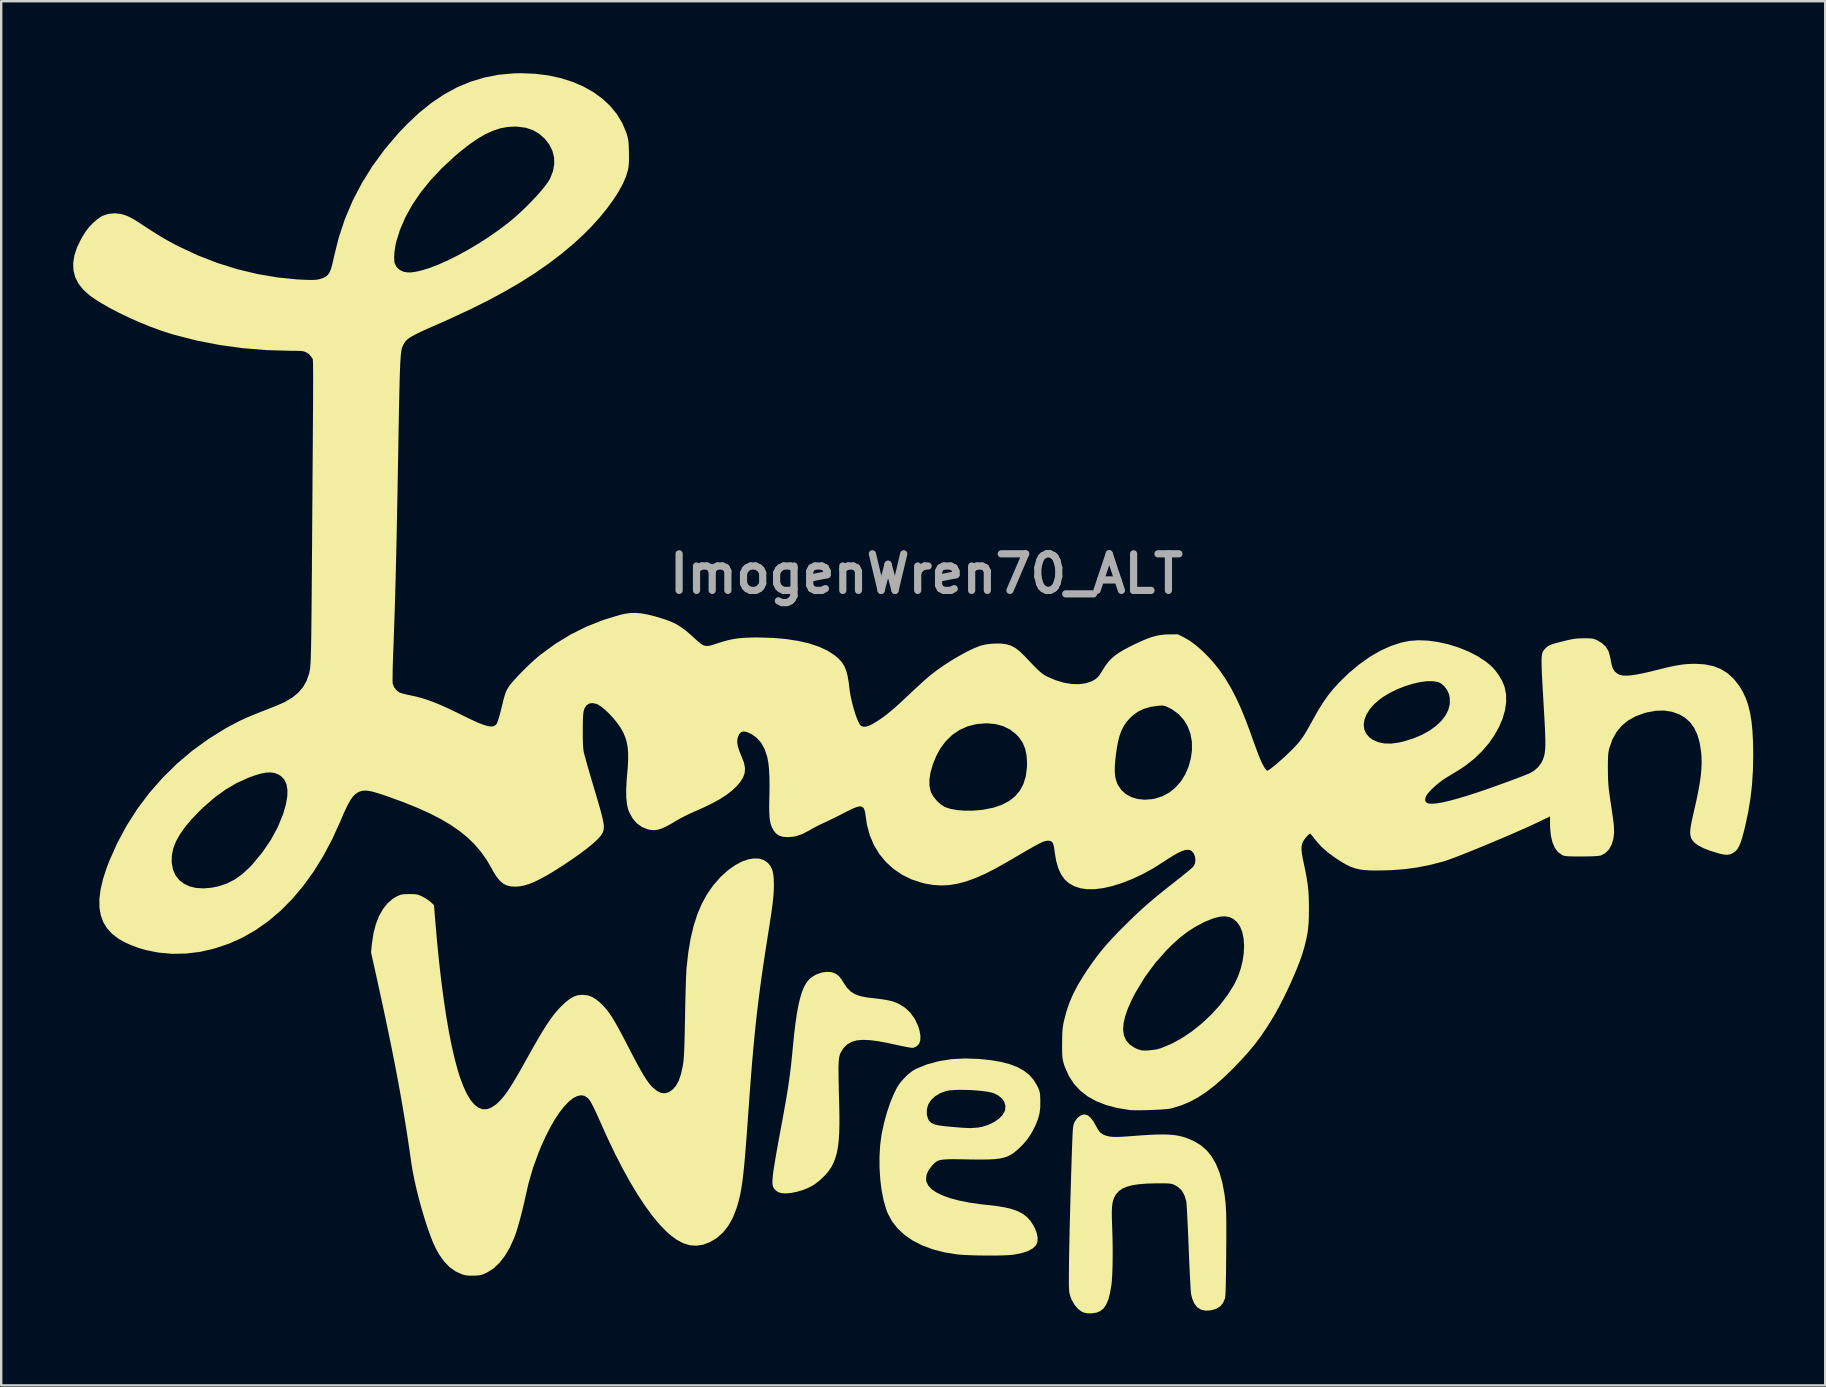
<source format=kicad_pcb>
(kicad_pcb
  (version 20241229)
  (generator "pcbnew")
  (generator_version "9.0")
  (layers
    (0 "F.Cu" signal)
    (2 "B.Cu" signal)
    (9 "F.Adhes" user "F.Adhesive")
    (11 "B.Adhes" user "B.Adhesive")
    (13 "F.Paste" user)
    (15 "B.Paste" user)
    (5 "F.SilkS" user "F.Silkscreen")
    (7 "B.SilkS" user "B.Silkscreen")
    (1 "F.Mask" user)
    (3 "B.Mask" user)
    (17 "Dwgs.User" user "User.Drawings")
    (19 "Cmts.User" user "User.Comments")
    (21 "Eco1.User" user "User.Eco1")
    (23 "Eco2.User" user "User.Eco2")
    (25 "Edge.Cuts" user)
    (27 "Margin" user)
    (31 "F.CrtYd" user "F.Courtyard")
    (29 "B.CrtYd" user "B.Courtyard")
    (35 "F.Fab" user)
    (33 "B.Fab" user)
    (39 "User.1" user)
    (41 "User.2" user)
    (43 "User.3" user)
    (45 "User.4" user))
  (footprint "ImogenWren70_ALT"
    (layer "F.Cu")
    (at 35 26.58)
    (property "Reference" "ImogenWren70_ALT" (at 0.557 -5.715 0) (layer "F.Fab") (effects (font (size 1.524 1.524) (thickness 0.3))))
    (attr board_only exclude_from_pos_files exclude_from_bom)
    (fp_poly (pts (xy -3.419 10.882) (xy -3.294 10.918) (xy -3.181 10.977) (xy -3.084 11.057) (xy -2.992 11.171) (xy -2.892 11.329) (xy -2.757 11.529) (xy -2.606 11.683) (xy -2.43 11.798) (xy -2.217 11.879) (xy -1.957 11.933) (xy -1.818 11.951) (xy -1.526 11.984) (xy -1.29 12.015) (xy -1.098 12.046) (xy -0.942 12.079) (xy -0.81 12.116) (xy -0.692 12.16) (xy -0.603 12.2) (xy -0.335 12.364) (xy -0.107 12.579) (xy 0.078 12.839) (xy 0.217 13.142) (xy 0.268 13.309) (xy 0.309 13.54) (xy 0.303 13.729) (xy 0.249 13.875) (xy 0.148 13.976) (xy 0.092 14.005) (xy 0.059 14.019) (xy 0.031 14.03) (xy -0.001 14.036) (xy -0.043 14.037) (xy -0.103 14.031) (xy -0.187 14.018) (xy -0.303 13.996) (xy -0.458 13.964) (xy -0.659 13.922) (xy -0.914 13.867) (xy -1.074 13.833) (xy -1.469 13.759) (xy -1.809 13.717) (xy -2.098 13.706) (xy -2.34 13.727) (xy -2.537 13.78) (xy -2.538 13.78) (xy -2.738 13.892) (xy -2.902 14.053) (xy -3.022 14.252) (xy -3.045 14.311) (xy -3.063 14.371) (xy -3.078 14.438) (xy -3.089 14.521) (xy -3.098 14.623) (xy -3.103 14.751) (xy -3.106 14.91) (xy -3.105 15.106) (xy -3.102 15.345) (xy -3.096 15.632) (xy -3.088 15.974) (xy -3.077 16.374) (xy -3.068 16.839) (xy -3.068 17.246) (xy -3.077 17.601) (xy -3.098 17.91) (xy -3.13 18.179) (xy -3.175 18.415) (xy -3.233 18.624) (xy -3.305 18.812) (xy -3.392 18.986) (xy -3.418 19.031) (xy -3.542 19.206) (xy -3.707 19.391) (xy -3.895 19.567) (xy -4.089 19.718) (xy -4.182 19.778) (xy -4.389 19.884) (xy -4.617 19.973) (xy -4.851 20.041) (xy -5.079 20.086) (xy -5.289 20.105) (xy -5.469 20.097) (xy -5.605 20.058) (xy -5.611 20.055) (xy -5.707 19.989) (xy -5.787 19.908) (xy -5.792 19.902) (xy -5.818 19.86) (xy -5.838 19.809) (xy -5.852 19.745) (xy -5.859 19.664) (xy -5.858 19.56) (xy -5.848 19.431) (xy -5.83 19.27) (xy -5.803 19.073) (xy -5.765 18.836) (xy -5.718 18.554) (xy -5.659 18.223) (xy -5.59 17.838) (xy -5.508 17.395) (xy -5.482 17.258) (xy -5.399 16.804) (xy -5.327 16.403) (xy -5.265 16.044) (xy -5.212 15.717) (xy -5.167 15.411) (xy -5.127 15.115) (xy -5.09 14.818) (xy -5.057 14.51) (xy -5.024 14.18) (xy -5.007 14) (xy -4.955 13.48) (xy -4.9 13.022) (xy -4.842 12.621) (xy -4.778 12.274) (xy -4.709 11.977) (xy -4.633 11.727) (xy -4.549 11.518) (xy -4.456 11.347) (xy -4.353 11.211) (xy -4.242 11.108) (xy -4.049 10.988) (xy -3.837 10.909) (xy -3.621 10.872)) (stroke (width 0) (type solid)) (fill yes) (layer "F.SilkS"))
    (fp_poly (pts (xy 2.751 14.502) (xy 2.754 14.502) (xy 3.238 14.552) (xy 3.663 14.624) (xy 4.032 14.72) (xy 4.35 14.842) (xy 4.619 14.991) (xy 4.844 15.168) (xy 5.027 15.376) (xy 5.172 15.615) (xy 5.173 15.618) (xy 5.227 15.731) (xy 5.263 15.823) (xy 5.285 15.913) (xy 5.297 16.023) (xy 5.304 16.173) (xy 5.305 16.224) (xy 5.303 16.514) (xy 5.272 16.767) (xy 5.207 17.01) (xy 5.103 17.268) (xy 5.085 17.308) (xy 4.932 17.601) (xy 4.766 17.85) (xy 4.569 18.078) (xy 4.454 18.192) (xy 4.319 18.315) (xy 4.192 18.417) (xy 4.065 18.5) (xy 3.931 18.566) (xy 3.781 18.616) (xy 3.61 18.652) (xy 3.408 18.676) (xy 3.168 18.689) (xy 2.882 18.694) (xy 2.544 18.692) (xy 2.307 18.689) (xy 1.986 18.683) (xy 1.724 18.68) (xy 1.513 18.681) (xy 1.344 18.688) (xy 1.212 18.7) (xy 1.109 18.721) (xy 1.026 18.75) (xy 0.957 18.79) (xy 0.895 18.841) (xy 0.832 18.905) (xy 0.789 18.951) (xy 0.646 19.141) (xy 0.563 19.331) (xy 0.542 19.516) (xy 0.558 19.618) (xy 0.635 19.778) (xy 0.774 19.928) (xy 0.974 20.066) (xy 1.233 20.192) (xy 1.547 20.304) (xy 1.916 20.403) (xy 2.337 20.487) (xy 2.809 20.555) (xy 3.098 20.586) (xy 3.5 20.633) (xy 3.843 20.691) (xy 4.133 20.763) (xy 4.377 20.852) (xy 4.582 20.962) (xy 4.753 21.095) (xy 4.897 21.255) (xy 5.02 21.444) (xy 5.07 21.54) (xy 5.154 21.751) (xy 5.193 21.946) (xy 5.187 22.117) (xy 5.133 22.253) (xy 5.125 22.266) (xy 4.986 22.4) (xy 4.787 22.509) (xy 4.528 22.594) (xy 4.207 22.656) (xy 4.132 22.665) (xy 3.979 22.678) (xy 3.774 22.687) (xy 3.53 22.693) (xy 3.259 22.695) (xy 2.975 22.694) (xy 2.69 22.69) (xy 2.417 22.682) (xy 2.169 22.672) (xy 1.96 22.658) (xy 1.83 22.646) (xy 1.304 22.56) (xy 0.821 22.435) (xy 0.383 22.272) (xy -0.007 22.073) (xy -0.348 21.839) (xy -0.637 21.57) (xy -0.873 21.27) (xy -1.053 20.938) (xy -1.115 20.779) (xy -1.224 20.402) (xy -1.308 19.979) (xy -1.365 19.524) (xy -1.395 19.052) (xy -1.397 18.577) (xy -1.371 18.115) (xy -1.315 17.679) (xy -1.298 17.586) (xy -1.202 17.147) (xy -1.108 16.808) (xy 0.576 16.808) (xy 0.586 16.862) (xy 0.621 16.986) (xy 0.674 17.083) (xy 0.752 17.159) (xy 0.864 17.217) (xy 1.017 17.26) (xy 1.22 17.293) (xy 1.479 17.32) (xy 1.509 17.323) (xy 1.678 17.337) (xy 1.833 17.351) (xy 1.958 17.361) (xy 2.033 17.368) (xy 2.399 17.384) (xy 2.723 17.36) (xy 2.899 17.325) (xy 3.163 17.238) (xy 3.395 17.123) (xy 3.588 16.986) (xy 3.734 16.834) (xy 3.825 16.671) (xy 3.837 16.632) (xy 3.851 16.461) (xy 3.806 16.298) (xy 3.706 16.15) (xy 3.556 16.025) (xy 3.363 15.93) (xy 3.306 15.911) (xy 3.148 15.875) (xy 2.943 15.844) (xy 2.706 15.82) (xy 2.45 15.802) (xy 2.19 15.792) (xy 1.939 15.79) (xy 1.712 15.796) (xy 1.523 15.811) (xy 1.395 15.834) (xy 1.137 15.926) (xy 0.923 16.053) (xy 0.755 16.21) (xy 0.638 16.392) (xy 0.577 16.593) (xy 0.576 16.808) (xy -1.108 16.808) (xy -1.084 16.721) (xy -0.949 16.322) (xy -0.802 15.963) (xy -0.664 15.687) (xy -0.546 15.508) (xy -0.392 15.326) (xy -0.22 15.156) (xy -0.043 15.014) (xy 0.115 14.918) (xy 0.576 14.73) (xy 1.068 14.595) (xy 1.593 14.512) (xy 2.153 14.481)) (stroke (width 0) (type solid)) (fill yes) (layer "F.SilkS"))
    (fp_poly (pts (xy 7.272 16.847) (xy 7.395 16.945) (xy 7.52 17.108) (xy 7.606 17.257) (xy 7.687 17.406) (xy 7.753 17.509) (xy 7.816 17.579) (xy 7.887 17.63) (xy 7.967 17.67) (xy 8.068 17.708) (xy 8.183 17.734) (xy 8.32 17.749) (xy 8.489 17.752) (xy 8.7 17.745) (xy 8.963 17.728) (xy 9.078 17.719) (xy 9.503 17.687) (xy 9.869 17.664) (xy 10.186 17.651) (xy 10.459 17.648) (xy 10.698 17.657) (xy 10.908 17.677) (xy 11.098 17.709) (xy 11.275 17.755) (xy 11.446 17.814) (xy 11.618 17.887) (xy 11.717 17.934) (xy 11.994 18.099) (xy 12.237 18.31) (xy 12.447 18.569) (xy 12.625 18.877) (xy 12.772 19.237) (xy 12.889 19.651) (xy 12.978 20.122) (xy 13.012 20.385) (xy 13.024 20.501) (xy 13.034 20.621) (xy 13.042 20.754) (xy 13.049 20.905) (xy 13.053 21.08) (xy 13.056 21.288) (xy 13.057 21.534) (xy 13.057 21.825) (xy 13.055 22.167) (xy 13.052 22.568) (xy 13.052 22.608) (xy 13.048 23.049) (xy 13.044 23.427) (xy 13.038 23.744) (xy 13.032 24.002) (xy 13.025 24.204) (xy 13.017 24.351) (xy 13.008 24.447) (xy 13 24.487) (xy 12.914 24.679) (xy 12.792 24.821) (xy 12.628 24.919) (xy 12.414 24.978) (xy 12.413 24.978) (xy 12.191 24.992) (xy 12.001 24.949) (xy 11.845 24.85) (xy 11.722 24.694) (xy 11.632 24.482) (xy 11.589 24.3) (xy 11.581 24.231) (xy 11.571 24.102) (xy 11.56 23.922) (xy 11.547 23.697) (xy 11.534 23.435) (xy 11.52 23.141) (xy 11.506 22.823) (xy 11.492 22.489) (xy 11.487 22.353) (xy 11.474 22.015) (xy 11.46 21.692) (xy 11.446 21.392) (xy 11.433 21.12) (xy 11.421 20.885) (xy 11.409 20.692) (xy 11.4 20.548) (xy 11.392 20.46) (xy 11.389 20.442) (xy 11.316 20.193) (xy 11.205 19.994) (xy 11.052 19.842) (xy 10.897 19.751) (xy 10.839 19.726) (xy 10.778 19.708) (xy 10.703 19.696) (xy 10.603 19.688) (xy 10.466 19.685) (xy 10.282 19.684) (xy 10.16 19.685) (xy 9.764 19.695) (xy 9.427 19.721) (xy 9.144 19.763) (xy 8.912 19.825) (xy 8.724 19.906) (xy 8.577 20.009) (xy 8.465 20.134) (xy 8.443 20.167) (xy 8.386 20.272) (xy 8.343 20.384) (xy 8.312 20.513) (xy 8.293 20.668) (xy 8.285 20.86) (xy 8.286 21.096) (xy 8.295 21.388) (xy 8.296 21.402) (xy 8.31 21.809) (xy 8.318 22.209) (xy 8.321 22.595) (xy 8.318 22.956) (xy 8.311 23.286) (xy 8.298 23.573) (xy 8.28 23.811) (xy 8.265 23.942) (xy 8.208 24.267) (xy 8.138 24.531) (xy 8.05 24.739) (xy 7.942 24.896) (xy 7.81 25.006) (xy 7.651 25.073) (xy 7.461 25.103) (xy 7.388 25.105) (xy 7.231 25.097) (xy 7.108 25.067) (xy 7.027 25.03) (xy 6.876 24.919) (xy 6.738 24.758) (xy 6.622 24.561) (xy 6.563 24.418) (xy 6.541 24.348) (xy 6.524 24.282) (xy 6.512 24.208) (xy 6.503 24.118) (xy 6.498 24.001) (xy 6.495 23.849) (xy 6.495 23.652) (xy 6.496 23.4) (xy 6.497 23.369) (xy 6.5 23.066) (xy 6.505 22.707) (xy 6.513 22.298) (xy 6.522 21.849) (xy 6.533 21.367) (xy 6.546 20.862) (xy 6.56 20.341) (xy 6.575 19.813) (xy 6.591 19.285) (xy 6.608 18.767) (xy 6.617 18.481) (xy 6.628 18.168) (xy 6.638 17.914) (xy 6.646 17.71) (xy 6.655 17.551) (xy 6.664 17.429) (xy 6.673 17.337) (xy 6.685 17.268) (xy 6.699 17.214) (xy 6.715 17.169) (xy 6.736 17.126) (xy 6.738 17.121) (xy 6.838 16.973) (xy 6.964 16.869) (xy 7.103 16.818) (xy 7.15 16.814)) (stroke (width 0) (type solid)) (fill yes) (layer "F.SilkS"))
    (fp_poly (pts (xy -6.417 6.152) (xy -6.23 6.207) (xy -6.071 6.313) (xy -6.015 6.369) (xy -5.929 6.484) (xy -5.867 6.618) (xy -5.827 6.781) (xy -5.805 6.986) (xy -5.798 7.237) (xy -5.8 7.384) (xy -5.806 7.533) (xy -5.817 7.692) (xy -5.834 7.868) (xy -5.857 8.07) (xy -5.889 8.305) (xy -5.929 8.582) (xy -5.979 8.908) (xy -6.031 9.237) (xy -6.13 9.867) (xy -6.22 10.458) (xy -6.302 11.019) (xy -6.376 11.557) (xy -6.443 12.083) (xy -6.506 12.605) (xy -6.564 13.132) (xy -6.618 13.672) (xy -6.67 14.236) (xy -6.721 14.832) (xy -6.772 15.468) (xy -6.822 16.154) (xy -6.863 16.726) (xy -6.902 17.277) (xy -6.938 17.767) (xy -6.972 18.202) (xy -7.004 18.587) (xy -7.035 18.927) (xy -7.066 19.226) (xy -7.096 19.489) (xy -7.128 19.723) (xy -7.161 19.931) (xy -7.196 20.119) (xy -7.234 20.291) (xy -7.275 20.453) (xy -7.32 20.61) (xy -7.361 20.741) (xy -7.514 21.129) (xy -7.704 21.465) (xy -7.931 21.747) (xy -8.193 21.975) (xy -8.477 22.141) (xy -8.755 22.244) (xy -9.027 22.285) (xy -9.297 22.266) (xy -9.567 22.185) (xy -9.842 22.041) (xy -10.123 21.833) (xy -10.28 21.693) (xy -10.567 21.396) (xy -10.864 21.037) (xy -11.169 20.62) (xy -11.479 20.149) (xy -11.794 19.625) (xy -12.11 19.053) (xy -12.427 18.435) (xy -12.742 17.775) (xy -12.926 17.366) (xy -13.059 17.066) (xy -13.17 16.822) (xy -13.261 16.625) (xy -13.337 16.469) (xy -13.399 16.35) (xy -13.452 16.259) (xy -13.499 16.192) (xy -13.542 16.142) (xy -13.557 16.126) (xy -13.689 16.04) (xy -13.836 16.015) (xy -13.997 16.049) (xy -14.168 16.138) (xy -14.348 16.281) (xy -14.534 16.476) (xy -14.726 16.719) (xy -14.919 17.009) (xy -15.113 17.344) (xy -15.306 17.72) (xy -15.494 18.135) (xy -15.609 18.414) (xy -15.839 19.048) (xy -16.02 19.672) (xy -16.105 20.036) (xy -16.197 20.453) (xy -16.29 20.844) (xy -16.383 21.2) (xy -16.472 21.514) (xy -16.556 21.779) (xy -16.624 21.965) (xy -16.808 22.369) (xy -17.014 22.715) (xy -17.239 23.004) (xy -17.483 23.232) (xy -17.744 23.398) (xy -17.751 23.401) (xy -17.88 23.462) (xy -17.984 23.5) (xy -18.09 23.52) (xy -18.224 23.531) (xy -18.297 23.533) (xy -18.485 23.534) (xy -18.632 23.519) (xy -18.765 23.487) (xy -18.785 23.481) (xy -19.06 23.358) (xy -19.313 23.179) (xy -19.543 22.94) (xy -19.754 22.642) (xy -19.899 22.379) (xy -20.008 22.14) (xy -20.123 21.846) (xy -20.242 21.509) (xy -20.361 21.14) (xy -20.477 20.75) (xy -20.587 20.349) (xy -20.688 19.948) (xy -20.776 19.559) (xy -20.849 19.192) (xy -20.904 18.858) (xy -20.907 18.84) (xy -21.003 18.171) (xy -21.104 17.51) (xy -21.21 16.85) (xy -21.324 16.183) (xy -21.447 15.501) (xy -21.58 14.798) (xy -21.725 14.064) (xy -21.883 13.294) (xy -22.055 12.478) (xy -22.244 11.611) (xy -22.322 11.252) (xy -22.587 10.056) (xy -22.55 9.695) (xy -22.487 9.272) (xy -22.387 8.888) (xy -22.254 8.546) (xy -22.088 8.252) (xy -21.893 8.008) (xy -21.67 7.818) (xy -21.513 7.727) (xy -21.415 7.682) (xy -21.328 7.653) (xy -21.234 7.638) (xy -21.111 7.632) (xy -20.988 7.631) (xy -20.832 7.633) (xy -20.72 7.64) (xy -20.63 7.658) (xy -20.542 7.691) (xy -20.444 7.737) (xy -20.312 7.811) (xy -20.183 7.896) (xy -20.095 7.967) (xy -19.964 8.09) (xy -19.909 8.762) (xy -19.832 9.648) (xy -19.747 10.492) (xy -19.655 11.29) (xy -19.556 12.04) (xy -19.451 12.739) (xy -19.339 13.385) (xy -19.222 13.975) (xy -19.099 14.506) (xy -18.972 14.976) (xy -18.887 15.247) (xy -18.743 15.635) (xy -18.594 15.958) (xy -18.438 16.215) (xy -18.277 16.408) (xy -18.109 16.535) (xy -17.935 16.598) (xy -17.755 16.595) (xy -17.569 16.527) (xy -17.376 16.395) (xy -17.271 16.298) (xy -17.177 16.2) (xy -17.086 16.097) (xy -16.994 15.982) (xy -16.899 15.849) (xy -16.795 15.693) (xy -16.679 15.508) (xy -16.548 15.289) (xy -16.397 15.029) (xy -16.224 14.722) (xy -16.025 14.366) (xy -15.805 13.975) (xy -15.61 13.637) (xy -15.436 13.345) (xy -15.279 13.096) (xy -15.134 12.881) (xy -14.999 12.696) (xy -14.869 12.534) (xy -14.74 12.39) (xy -14.667 12.315) (xy -14.471 12.13) (xy -14.298 11.995) (xy -14.139 11.904) (xy -13.982 11.851) (xy -13.816 11.831) (xy -13.765 11.83) (xy -13.565 11.85) (xy -13.382 11.913) (xy -13.2 12.024) (xy -13.053 12.147) (xy -12.945 12.251) (xy -12.844 12.358) (xy -12.745 12.475) (xy -12.646 12.609) (xy -12.542 12.765) (xy -12.43 12.95) (xy -12.304 13.17) (xy -12.163 13.431) (xy -12.001 13.739) (xy -11.821 14.086) (xy -11.639 14.438) (xy -11.48 14.735) (xy -11.342 14.984) (xy -11.221 15.19) (xy -11.114 15.359) (xy -11.017 15.496) (xy -10.927 15.606) (xy -10.84 15.696) (xy -10.829 15.706) (xy -10.659 15.841) (xy -10.503 15.916) (xy -10.353 15.933) (xy -10.202 15.895) (xy -10.16 15.875) (xy -10.004 15.766) (xy -9.872 15.609) (xy -9.761 15.4) (xy -9.671 15.135) (xy -9.598 14.811) (xy -9.581 14.71) (xy -9.568 14.607) (xy -9.556 14.476) (xy -9.545 14.311) (xy -9.535 14.107) (xy -9.526 13.86) (xy -9.518 13.562) (xy -9.51 13.211) (xy -9.502 12.799) (xy -9.501 12.744) (xy -9.495 12.406) (xy -9.488 12.076) (xy -9.48 11.761) (xy -9.471 11.47) (xy -9.463 11.211) (xy -9.454 10.993) (xy -9.446 10.823) (xy -9.438 10.712) (xy -9.367 10.071) (xy -9.269 9.488) (xy -9.143 8.957) (xy -8.989 8.474) (xy -8.803 8.036) (xy -8.585 7.638) (xy -8.333 7.276) (xy -8.046 6.946) (xy -7.999 6.898) (xy -7.712 6.639) (xy -7.421 6.431) (xy -7.132 6.277) (xy -6.852 6.18) (xy -6.642 6.147)) (stroke (width 0) (type solid)) (fill yes) (layer "F.SilkS"))
    (fp_poly (pts (xy -15.746 -26.556) (xy -15.196 -26.487) (xy -14.675 -26.373) (xy -14.185 -26.218) (xy -13.732 -26.022) (xy -13.318 -25.788) (xy -12.946 -25.518) (xy -12.621 -25.214) (xy -12.345 -24.878) (xy -12.122 -24.511) (xy -11.96 -24.13) (xy -11.918 -24.001) (xy -11.888 -23.893) (xy -11.868 -23.789) (xy -11.854 -23.672) (xy -11.846 -23.525) (xy -11.84 -23.332) (xy -11.839 -23.302) (xy -11.836 -23.053) (xy -11.84 -22.855) (xy -11.854 -22.694) (xy -11.876 -22.558) (xy -11.959 -22.277) (xy -12.094 -21.968) (xy -12.276 -21.635) (xy -12.502 -21.286) (xy -12.766 -20.926) (xy -13.065 -20.56) (xy -13.395 -20.194) (xy -13.752 -19.835) (xy -14.12 -19.497) (xy -14.627 -19.07) (xy -15.165 -18.66) (xy -15.736 -18.261) (xy -16.346 -17.872) (xy -17.001 -17.49) (xy -17.703 -17.112) (xy -18.459 -16.735) (xy -19.274 -16.355) (xy -19.681 -16.174) (xy -20.015 -16.027) (xy -20.294 -15.903) (xy -20.524 -15.797) (xy -20.711 -15.706) (xy -20.859 -15.627) (xy -20.975 -15.557) (xy -21.065 -15.492) (xy -21.132 -15.429) (xy -21.184 -15.364) (xy -21.226 -15.294) (xy -21.264 -15.215) (xy -21.271 -15.199) (xy -21.288 -15.155) (xy -21.303 -15.105) (xy -21.317 -15.044) (xy -21.33 -14.969) (xy -21.341 -14.876) (xy -21.352 -14.762) (xy -21.361 -14.622) (xy -21.371 -14.454) (xy -21.379 -14.253) (xy -21.388 -14.016) (xy -21.396 -13.739) (xy -21.404 -13.419) (xy -21.412 -13.051) (xy -21.421 -12.633) (xy -21.43 -12.16) (xy -21.44 -11.63) (xy -21.45 -11.037) (xy -21.45 -11.012) (xy -21.464 -10.213) (xy -21.478 -9.474) (xy -21.49 -8.789) (xy -21.503 -8.155) (xy -21.515 -7.564) (xy -21.526 -7.013) (xy -21.538 -6.496) (xy -21.55 -6.006) (xy -21.561 -5.54) (xy -21.574 -5.092) (xy -21.586 -4.656) (xy -21.599 -4.228) (xy -21.613 -3.801) (xy -21.628 -3.371) (xy -21.644 -2.932) (xy -21.66 -2.479) (xy -21.668 -2.278) (xy -21.677 -2.02) (xy -21.684 -1.778) (xy -21.688 -1.562) (xy -21.69 -1.38) (xy -21.689 -1.242) (xy -21.686 -1.157) (xy -21.684 -1.14) (xy -21.63 -0.999) (xy -21.531 -0.868) (xy -21.407 -0.773) (xy -21.402 -0.771) (xy -21.334 -0.745) (xy -21.218 -0.713) (xy -21.074 -0.678) (xy -20.956 -0.654) (xy -20.705 -0.599) (xy -20.461 -0.534) (xy -20.213 -0.455) (xy -19.952 -0.358) (xy -19.669 -0.241) (xy -19.353 -0.098) (xy -18.997 0.073) (xy -18.78 0.18) (xy -18.462 0.335) (xy -18.195 0.458) (xy -17.975 0.549) (xy -17.795 0.61) (xy -17.651 0.642) (xy -17.538 0.647) (xy -17.451 0.625) (xy -17.385 0.577) (xy -17.354 0.539) (xy -17.322 0.471) (xy -17.281 0.353) (xy -17.235 0.202) (xy -17.189 0.031) (xy -17.177 -0.018) (xy -17.118 -0.261) (xy -17.071 -0.45) (xy -17.032 -0.596) (xy -16.998 -0.707) (xy -16.966 -0.795) (xy -16.932 -0.869) (xy -16.892 -0.939) (xy -16.845 -1.015) (xy -16.843 -1.018) (xy -16.764 -1.125) (xy -16.644 -1.265) (xy -16.493 -1.43) (xy -16.321 -1.609) (xy -16.136 -1.794) (xy -15.948 -1.974) (xy -15.766 -2.141) (xy -15.599 -2.285) (xy -15.535 -2.338) (xy -14.916 -2.791) (xy -14.272 -3.185) (xy -13.601 -3.519) (xy -12.898 -3.796) (xy -12.23 -4) (xy -11.996 -4.053) (xy -11.776 -4.083) (xy -11.556 -4.088) (xy -11.324 -4.067) (xy -11.066 -4.02) (xy -10.768 -3.946) (xy -10.599 -3.898) (xy -10.311 -3.807) (xy -10.068 -3.714) (xy -9.852 -3.609) (xy -9.649 -3.483) (xy -9.442 -3.327) (xy -9.217 -3.132) (xy -9.127 -3.049) (xy -8.969 -2.905) (xy -8.844 -2.803) (xy -8.738 -2.739) (xy -8.637 -2.71) (xy -8.526 -2.712) (xy -8.391 -2.742) (xy -8.219 -2.797) (xy -8.175 -2.812) (xy -7.915 -2.894) (xy -7.681 -2.957) (xy -7.455 -3.003) (xy -7.223 -3.035) (xy -6.968 -3.053) (xy -6.676 -3.062) (xy -6.44 -3.063) (xy -5.85 -3.046) (xy -5.301 -2.999) (xy -4.796 -2.922) (xy -4.338 -2.817) (xy -3.931 -2.683) (xy -3.578 -2.521) (xy -3.285 -2.335) (xy -3.112 -2.192) (xy -2.974 -2.042) (xy -2.867 -1.876) (xy -2.785 -1.682) (xy -2.724 -1.451) (xy -2.677 -1.171) (xy -2.656 -0.983) (xy -2.628 -0.775) (xy -2.586 -0.551) (xy -2.533 -0.321) (xy -2.472 -0.094) (xy -2.407 0.119) (xy -2.339 0.307) (xy -2.274 0.461) (xy -2.213 0.57) (xy -2.162 0.623) (xy -2.07 0.655) (xy -1.964 0.653) (xy -1.837 0.615) (xy -1.68 0.539) (xy -1.487 0.422) (xy -1.386 0.355) (xy -1.237 0.252) (xy -1.087 0.138) (xy -0.926 0.007) (xy -0.747 -0.147) (xy -0.544 -0.33) (xy -0.308 -0.549) (xy -0.114 -0.732) (xy 0.063 -0.898) (xy 0.241 -1.063) (xy 0.409 -1.216) (xy 0.557 -1.348) (xy 0.673 -1.448) (xy 0.704 -1.474) (xy 0.97 -1.68) (xy 1.265 -1.887) (xy 1.575 -2.089) (xy 1.89 -2.277) (xy 2.196 -2.445) (xy 2.483 -2.587) (xy 2.737 -2.694) (xy 2.819 -2.722) (xy 3.038 -2.775) (xy 3.312 -2.806) (xy 3.376 -2.809) (xy 3.648 -2.811) (xy 3.879 -2.783) (xy 4.084 -2.721) (xy 4.275 -2.618) (xy 4.466 -2.468) (xy 4.672 -2.265) (xy 4.687 -2.25) (xy 4.881 -2.043) (xy 5.039 -1.879) (xy 5.167 -1.75) (xy 5.273 -1.652) (xy 5.363 -1.576) (xy 5.444 -1.517) (xy 5.524 -1.469) (xy 5.592 -1.433) (xy 5.937 -1.284) (xy 6.278 -1.181) (xy 6.608 -1.125) (xy 6.92 -1.117) (xy 7.206 -1.156) (xy 7.458 -1.243) (xy 7.543 -1.289) (xy 7.63 -1.346) (xy 7.702 -1.411) (xy 7.772 -1.498) (xy 7.853 -1.621) (xy 7.901 -1.7) (xy 8.017 -1.883) (xy 8.136 -2.041) (xy 8.266 -2.18) (xy 8.415 -2.309) (xy 8.593 -2.434) (xy 8.808 -2.561) (xy 9.07 -2.698) (xy 9.317 -2.819) (xy 9.612 -2.953) (xy 9.867 -3.053) (xy 10.098 -3.123) (xy 10.318 -3.167) (xy 10.541 -3.189) (xy 10.67 -3.192) (xy 11.033 -3.195) (xy 11.31 -3.058) (xy 11.541 -2.922) (xy 11.792 -2.736) (xy 12.051 -2.51) (xy 12.31 -2.254) (xy 12.558 -1.976) (xy 12.785 -1.687) (xy 12.803 -1.662) (xy 13.035 -1.319) (xy 13.253 -0.954) (xy 13.459 -0.557) (xy 13.66 -0.121) (xy 13.859 0.363) (xy 14.041 0.852) (xy 14.153 1.165) (xy 14.246 1.423) (xy 14.324 1.633) (xy 14.388 1.803) (xy 14.441 1.938) (xy 14.487 2.048) (xy 14.528 2.138) (xy 14.566 2.216) (xy 14.603 2.284) (xy 14.665 2.385) (xy 14.72 2.459) (xy 14.757 2.491) (xy 14.759 2.491) (xy 14.81 2.469) (xy 14.899 2.408) (xy 15.019 2.315) (xy 15.164 2.195) (xy 15.323 2.056) (xy 15.491 1.905) (xy 15.659 1.747) (xy 15.736 1.671) (xy 15.878 1.529) (xy 15.999 1.4) (xy 16.105 1.275) (xy 16.205 1.143) (xy 16.304 0.995) (xy 16.411 0.819) (xy 16.532 0.607) (xy 16.556 0.564) (xy 18.782 0.564) (xy 18.804 0.76) (xy 18.881 0.939) (xy 19.012 1.094) (xy 19.153 1.196) (xy 19.385 1.3) (xy 19.645 1.354) (xy 19.935 1.359) (xy 20.262 1.313) (xy 20.477 1.262) (xy 20.868 1.138) (xy 21.222 0.987) (xy 21.535 0.812) (xy 21.803 0.617) (xy 22.024 0.406) (xy 22.195 0.182) (xy 22.311 -0.053) (xy 22.371 -0.294) (xy 22.371 -0.538) (xy 22.333 -0.709) (xy 22.254 -0.882) (xy 22.138 -1.034) (xy 22.001 -1.15) (xy 21.872 -1.21) (xy 21.656 -1.243) (xy 21.4 -1.239) (xy 21.114 -1.2) (xy 20.809 -1.129) (xy 20.494 -1.03) (xy 20.182 -0.907) (xy 19.882 -0.761) (xy 19.605 -0.596) (xy 19.458 -0.491) (xy 19.221 -0.288) (xy 19.035 -0.075) (xy 18.899 0.142) (xy 18.814 0.356) (xy 18.782 0.564) (xy 16.556 0.564) (xy 16.675 0.348) (xy 16.695 0.311) (xy 16.9 -0.052) (xy 17.098 -0.367) (xy 17.298 -0.65) (xy 17.512 -0.915) (xy 17.747 -1.175) (xy 18.164 -1.582) (xy 18.594 -1.941) (xy 19.031 -2.251) (xy 19.471 -2.507) (xy 19.909 -2.707) (xy 20.34 -2.849) (xy 20.681 -2.919) (xy 21.063 -2.948) (xy 21.472 -2.931) (xy 21.898 -2.871) (xy 22.329 -2.773) (xy 22.754 -2.639) (xy 23.159 -2.474) (xy 23.535 -2.28) (xy 23.869 -2.062) (xy 24.099 -1.872) (xy 24.263 -1.694) (xy 24.417 -1.481) (xy 24.549 -1.254) (xy 24.642 -1.038) (xy 24.653 -1.005) (xy 24.715 -0.695) (xy 24.719 -0.366) (xy 24.669 -0.024) (xy 24.567 0.326) (xy 24.417 0.677) (xy 24.221 1.025) (xy 23.983 1.363) (xy 23.705 1.686) (xy 23.391 1.988) (xy 23.044 2.264) (xy 22.764 2.45) (xy 22.6 2.55) (xy 22.413 2.664) (xy 22.239 2.77) (xy 22.199 2.794) (xy 22.045 2.897) (xy 21.884 3.022) (xy 21.726 3.158) (xy 21.584 3.294) (xy 21.468 3.421) (xy 21.391 3.526) (xy 21.372 3.564) (xy 21.347 3.661) (xy 21.348 3.749) (xy 21.349 3.751) (xy 21.392 3.816) (xy 21.484 3.855) (xy 21.625 3.867) (xy 21.817 3.852) (xy 22.062 3.811) (xy 22.361 3.742) (xy 22.715 3.646) (xy 23.126 3.522) (xy 23.441 3.421) (xy 23.656 3.349) (xy 23.904 3.264) (xy 24.173 3.169) (xy 24.454 3.068) (xy 24.734 2.966) (xy 25.003 2.867) (xy 25.249 2.774) (xy 25.462 2.692) (xy 25.63 2.625) (xy 25.701 2.595) (xy 25.887 2.486) (xy 26.053 2.339) (xy 26.18 2.171) (xy 26.201 2.132) (xy 26.246 2.036) (xy 26.282 1.939) (xy 26.311 1.836) (xy 26.332 1.718) (xy 26.346 1.58) (xy 26.352 1.416) (xy 26.352 1.217) (xy 26.346 0.978) (xy 26.334 0.692) (xy 26.316 0.352) (xy 26.299 0.066) (xy 26.272 -0.393) (xy 26.249 -0.79) (xy 26.23 -1.132) (xy 26.214 -1.422) (xy 26.203 -1.666) (xy 26.197 -1.868) (xy 26.194 -2.032) (xy 26.195 -2.165) (xy 26.201 -2.269) (xy 26.212 -2.351) (xy 26.226 -2.415) (xy 26.245 -2.465) (xy 26.269 -2.506) (xy 26.297 -2.544) (xy 26.326 -2.577) (xy 26.387 -2.641) (xy 26.45 -2.693) (xy 26.527 -2.737) (xy 26.629 -2.778) (xy 26.766 -2.821) (xy 26.949 -2.87) (xy 27.095 -2.907) (xy 27.305 -2.957) (xy 27.472 -2.992) (xy 27.616 -3.014) (xy 27.759 -3.025) (xy 27.92 -3.029) (xy 27.956 -3.03) (xy 28.126 -3.029) (xy 28.248 -3.024) (xy 28.34 -3.011) (xy 28.42 -2.987) (xy 28.505 -2.951) (xy 28.516 -2.946) (xy 28.708 -2.83) (xy 28.864 -2.683) (xy 28.971 -2.519) (xy 28.988 -2.479) (xy 29.018 -2.381) (xy 29.051 -2.245) (xy 29.081 -2.096) (xy 29.086 -2.066) (xy 29.125 -1.884) (xy 29.174 -1.751) (xy 29.244 -1.65) (xy 29.342 -1.565) (xy 29.365 -1.549) (xy 29.454 -1.505) (xy 29.568 -1.479) (xy 29.713 -1.471) (xy 29.894 -1.482) (xy 30.116 -1.513) (xy 30.384 -1.564) (xy 30.703 -1.635) (xy 31.079 -1.728) (xy 31.103 -1.734) (xy 31.423 -1.813) (xy 31.696 -1.873) (xy 31.933 -1.916) (xy 32.149 -1.945) (xy 32.357 -1.961) (xy 32.57 -1.966) (xy 32.597 -1.966) (xy 32.993 -1.943) (xy 33.347 -1.871) (xy 33.663 -1.748) (xy 33.946 -1.573) (xy 34.199 -1.342) (xy 34.426 -1.055) (xy 34.443 -1.031) (xy 34.586 -0.79) (xy 34.707 -0.53) (xy 34.806 -0.244) (xy 34.884 0.074) (xy 34.943 0.43) (xy 34.983 0.831) (xy 35.007 1.283) (xy 35.015 1.792) (xy 35.015 1.835) (xy 35.003 2.474) (xy 34.965 3.072) (xy 34.9 3.648) (xy 34.804 4.224) (xy 34.676 4.818) (xy 34.636 4.982) (xy 34.564 5.253) (xy 34.496 5.467) (xy 34.427 5.633) (xy 34.354 5.758) (xy 34.272 5.85) (xy 34.176 5.918) (xy 34.149 5.933) (xy 34.039 5.977) (xy 33.925 5.994) (xy 33.79 5.983) (xy 33.617 5.945) (xy 33.563 5.931) (xy 33.213 5.823) (xy 32.928 5.711) (xy 32.706 5.594) (xy 32.547 5.472) (xy 32.451 5.344) (xy 32.444 5.33) (xy 32.412 5.246) (xy 32.393 5.155) (xy 32.388 5.049) (xy 32.397 4.918) (xy 32.421 4.754) (xy 32.462 4.548) (xy 32.519 4.29) (xy 32.544 4.184) (xy 32.646 3.734) (xy 32.727 3.338) (xy 32.789 2.988) (xy 32.832 2.675) (xy 32.857 2.393) (xy 32.866 2.132) (xy 32.859 1.885) (xy 32.844 1.71) (xy 32.783 1.321) (xy 32.687 0.986) (xy 32.553 0.702) (xy 32.381 0.467) (xy 32.168 0.277) (xy 31.939 0.143) (xy 31.632 0.033) (xy 31.306 -0.018) (xy 30.958 -0.009) (xy 30.586 0.059) (xy 30.481 0.087) (xy 30.116 0.221) (xy 29.8 0.397) (xy 29.534 0.616) (xy 29.316 0.88) (xy 29.145 1.188) (xy 29.02 1.542) (xy 29.017 1.557) (xy 28.994 1.654) (xy 28.978 1.758) (xy 28.967 1.882) (xy 28.961 2.037) (xy 28.958 2.236) (xy 28.958 2.425) (xy 28.961 2.665) (xy 28.967 2.869) (xy 28.978 3.055) (xy 28.996 3.244) (xy 29.022 3.454) (xy 29.058 3.705) (xy 29.068 3.769) (xy 29.102 3.997) (xy 29.135 4.223) (xy 29.164 4.431) (xy 29.188 4.607) (xy 29.204 4.736) (xy 29.206 4.752) (xy 29.218 5.054) (xy 29.188 5.327) (xy 29.117 5.564) (xy 29.009 5.762) (xy 28.865 5.912) (xy 28.689 6.012) (xy 28.647 6.026) (xy 28.567 6.039) (xy 28.429 6.05) (xy 28.242 6.058) (xy 28.014 6.062) (xy 27.845 6.063) (xy 27.612 6.063) (xy 27.435 6.06) (xy 27.304 6.056) (xy 27.209 6.048) (xy 27.139 6.036) (xy 27.086 6.019) (xy 27.046 6.001) (xy 26.879 5.879) (xy 26.746 5.702) (xy 26.647 5.47) (xy 26.581 5.185) (xy 26.55 4.848) (xy 26.547 4.702) (xy 26.547 4.396) (xy 26.033 4.642) (xy 25.798 4.752) (xy 25.526 4.876) (xy 25.224 5.009) (xy 24.902 5.15) (xy 24.564 5.295) (xy 24.22 5.44) (xy 23.877 5.584) (xy 23.541 5.722) (xy 23.221 5.852) (xy 22.923 5.971) (xy 22.655 6.075) (xy 22.425 6.162) (xy 22.24 6.228) (xy 22.107 6.27) (xy 22.106 6.271) (xy 21.546 6.416) (xy 21.012 6.522) (xy 20.481 6.593) (xy 19.931 6.634) (xy 19.681 6.642) (xy 19.343 6.648) (xy 19.059 6.645) (xy 18.818 6.631) (xy 18.609 6.603) (xy 18.42 6.558) (xy 18.242 6.494) (xy 18.061 6.407) (xy 17.869 6.296) (xy 17.652 6.158) (xy 17.633 6.145) (xy 17.295 5.9) (xy 17.014 5.652) (xy 16.782 5.39) (xy 16.744 5.34) (xy 16.665 5.237) (xy 16.599 5.159) (xy 16.557 5.117) (xy 16.549 5.113) (xy 16.503 5.138) (xy 16.435 5.202) (xy 16.359 5.289) (xy 16.29 5.383) (xy 16.253 5.447) (xy 16.213 5.544) (xy 16.192 5.652) (xy 16.19 5.783) (xy 16.207 5.947) (xy 16.243 6.154) (xy 16.283 6.342) (xy 16.353 6.674) (xy 16.407 6.961) (xy 16.447 7.22) (xy 16.474 7.467) (xy 16.49 7.722) (xy 16.498 8) (xy 16.5 8.243) (xy 16.497 8.551) (xy 16.487 8.811) (xy 16.469 9.041) (xy 16.44 9.258) (xy 16.397 9.48) (xy 16.339 9.724) (xy 16.304 9.859) (xy 16.223 10.131) (xy 16.111 10.446) (xy 15.974 10.794) (xy 15.817 11.162) (xy 15.647 11.539) (xy 15.467 11.913) (xy 15.282 12.273) (xy 15.1 12.607) (xy 14.987 12.798) (xy 14.741 13.193) (xy 14.5 13.549) (xy 14.252 13.882) (xy 13.984 14.206) (xy 13.686 14.538) (xy 13.346 14.892) (xy 12.953 15.273) (xy 12.581 15.6) (xy 12.225 15.875) (xy 11.877 16.103) (xy 11.533 16.288) (xy 11.184 16.434) (xy 10.826 16.545) (xy 10.717 16.572) (xy 10.622 16.587) (xy 10.474 16.6) (xy 10.287 16.613) (xy 10.074 16.623) (xy 9.849 16.632) (xy 9.623 16.638) (xy 9.412 16.64) (xy 9.227 16.639) (xy 9.082 16.634) (xy 9.013 16.628) (xy 8.5 16.543) (xy 8.04 16.421) (xy 7.632 16.26) (xy 7.275 16.06) (xy 6.968 15.821) (xy 6.71 15.542) (xy 6.5 15.221) (xy 6.336 14.858) (xy 6.287 14.716) (xy 6.26 14.621) (xy 6.24 14.533) (xy 6.226 14.439) (xy 6.218 14.325) (xy 6.214 14.178) (xy 6.212 13.986) (xy 6.213 13.863) (xy 6.215 13.623) (xy 6.221 13.432) (xy 6.23 13.299) (xy 8.756 13.299) (xy 8.793 13.532) (xy 8.882 13.73) (xy 9.025 13.895) (xy 9.22 14.028) (xy 9.328 14.08) (xy 9.432 14.12) (xy 9.523 14.143) (xy 9.625 14.151) (xy 9.76 14.149) (xy 9.816 14.146) (xy 10.143 14.106) (xy 10.34 14.051) (xy 10.773 13.87) (xy 11.207 13.632) (xy 11.634 13.344) (xy 12.047 13.013) (xy 12.435 12.648) (xy 12.792 12.256) (xy 13.107 11.843) (xy 13.373 11.419) (xy 13.391 11.385) (xy 13.54 11.073) (xy 13.655 10.747) (xy 13.736 10.416) (xy 13.784 10.088) (xy 13.797 9.772) (xy 13.776 9.476) (xy 13.72 9.209) (xy 13.628 8.98) (xy 13.501 8.796) (xy 13.493 8.788) (xy 13.344 8.663) (xy 13.177 8.586) (xy 12.986 8.557) (xy 12.766 8.576) (xy 12.513 8.644) (xy 12.223 8.759) (xy 12.102 8.815) (xy 11.756 8.999) (xy 11.43 9.209) (xy 11.113 9.454) (xy 10.791 9.745) (xy 10.568 9.968) (xy 10.089 10.51) (xy 9.66 11.094) (xy 9.284 11.713) (xy 9.131 12.006) (xy 8.959 12.386) (xy 8.839 12.728) (xy 8.771 13.032) (xy 8.756 13.299) (xy 6.23 13.299) (xy 6.231 13.276) (xy 6.248 13.139) (xy 6.271 13.006) (xy 6.286 12.935) (xy 6.389 12.537) (xy 6.517 12.159) (xy 6.678 11.786) (xy 6.877 11.407) (xy 7.12 11.007) (xy 7.241 10.824) (xy 7.452 10.518) (xy 7.652 10.243) (xy 7.854 9.985) (xy 8.066 9.734) (xy 8.301 9.475) (xy 8.567 9.197) (xy 8.807 8.956) (xy 9.068 8.699) (xy 9.311 8.466) (xy 9.547 8.248) (xy 9.786 8.036) (xy 10.038 7.821) (xy 10.313 7.595) (xy 10.622 7.347) (xy 10.958 7.083) (xy 11.141 6.939) (xy 11.31 6.803) (xy 11.458 6.682) (xy 11.576 6.583) (xy 11.656 6.512) (xy 11.685 6.482) (xy 11.747 6.366) (xy 11.768 6.226) (xy 11.753 6.081) (xy 11.704 5.949) (xy 11.626 5.846) (xy 11.553 5.801) (xy 11.46 5.783) (xy 11.349 5.793) (xy 11.214 5.836) (xy 11.048 5.912) (xy 10.848 6.025) (xy 10.606 6.176) (xy 10.441 6.285) (xy 10.013 6.556) (xy 9.581 6.793) (xy 9.151 6.996) (xy 8.729 7.163) (xy 8.322 7.292) (xy 7.936 7.38) (xy 7.577 7.427) (xy 7.251 7.428) (xy 6.988 7.39) (xy 6.726 7.306) (xy 6.504 7.183) (xy 6.319 7.018) (xy 6.169 6.808) (xy 6.051 6.547) (xy 5.963 6.234) (xy 5.901 5.864) (xy 5.899 5.841) (xy 5.873 5.663) (xy 5.843 5.54) (xy 5.801 5.463) (xy 5.742 5.422) (xy 5.661 5.408) (xy 5.636 5.408) (xy 5.589 5.409) (xy 5.541 5.415) (xy 5.488 5.427) (xy 5.425 5.449) (xy 5.347 5.483) (xy 5.248 5.532) (xy 5.123 5.599) (xy 4.967 5.685) (xy 4.775 5.795) (xy 4.543 5.929) (xy 4.264 6.092) (xy 3.934 6.286) (xy 3.933 6.286) (xy 3.451 6.558) (xy 3.008 6.784) (xy 2.598 6.965) (xy 2.216 7.103) (xy 1.855 7.199) (xy 1.51 7.255) (xy 1.174 7.271) (xy 0.842 7.251) (xy 0.509 7.194) (xy 0.379 7.163) (xy -0.058 7.019) (xy -0.459 6.822) (xy -0.82 6.576) (xy -1.138 6.285) (xy -1.411 5.951) (xy -1.634 5.579) (xy -1.805 5.171) (xy -1.922 4.732) (xy -1.963 4.455) (xy -1.987 4.275) (xy -2.018 4.137) (xy -2.062 4.043) (xy -2.125 3.989) (xy -2.214 3.975) (xy -2.335 3.999) (xy -2.495 4.06) (xy -2.699 4.158) (xy -2.905 4.264) (xy -3.102 4.365) (xy -3.322 4.474) (xy -3.537 4.578) (xy -3.722 4.664) (xy -3.724 4.665) (xy -3.895 4.746) (xy -4.066 4.832) (xy -4.217 4.914) (xy -4.32 4.975) (xy -4.619 5.135) (xy -4.92 5.229) (xy -5.211 5.259) (xy -5.421 5.243) (xy -5.584 5.193) (xy -5.713 5.103) (xy -5.818 4.965) (xy -5.831 4.942) (xy -5.885 4.836) (xy -5.927 4.722) (xy -5.958 4.591) (xy -5.978 4.434) (xy -5.99 4.243) (xy -5.994 4.008) (xy -5.99 3.722) (xy -5.986 3.556) (xy -5.979 3.116) (xy -5.983 2.846) (xy 0.684 2.846) (xy 0.685 3.114) (xy 0.733 3.345) (xy 0.762 3.416) (xy 0.863 3.587) (xy 1.001 3.753) (xy 1.158 3.896) (xy 1.316 3.997) (xy 1.334 4.005) (xy 1.555 4.078) (xy 1.825 4.129) (xy 2.132 4.154) (xy 2.462 4.155) (xy 2.804 4.13) (xy 2.945 4.111) (xy 3.353 4.029) (xy 3.708 3.908) (xy 4.01 3.749) (xy 4.26 3.55) (xy 4.458 3.312) (xy 4.605 3.034) (xy 4.701 2.715) (xy 4.725 2.525) (xy 8.407 2.525) (xy 8.427 2.739) (xy 8.472 2.925) (xy 8.537 3.08) (xy 8.681 3.293) (xy 8.87 3.464) (xy 9.098 3.59) (xy 9.36 3.669) (xy 9.65 3.698) (xy 9.962 3.675) (xy 10.078 3.654) (xy 10.392 3.555) (xy 10.679 3.4) (xy 10.936 3.194) (xy 11.159 2.941) (xy 11.343 2.647) (xy 11.485 2.317) (xy 11.582 1.956) (xy 11.625 1.626) (xy 11.621 1.275) (xy 11.56 0.945) (xy 11.447 0.641) (xy 11.283 0.37) (xy 11.072 0.136) (xy 10.818 -0.054) (xy 10.7 -0.118) (xy 10.575 -0.178) (xy 10.485 -0.212) (xy 10.404 -0.226) (xy 10.309 -0.224) (xy 10.222 -0.217) (xy 9.892 -0.169) (xy 9.61 -0.086) (xy 9.364 0.035) (xy 9.141 0.201) (xy 9.045 0.292) (xy 8.902 0.452) (xy 8.784 0.625) (xy 8.686 0.818) (xy 8.605 1.04) (xy 8.539 1.302) (xy 8.484 1.611) (xy 8.438 1.964) (xy 8.411 2.27) (xy 8.407 2.525) (xy 4.725 2.525) (xy 4.747 2.354) (xy 4.752 2.182) (xy 4.733 1.854) (xy 4.673 1.571) (xy 4.571 1.325) (xy 4.421 1.105) (xy 4.294 0.97) (xy 4.042 0.773) (xy 3.755 0.631) (xy 3.435 0.545) (xy 3.078 0.514) (xy 3.032 0.514) (xy 2.641 0.547) (xy 2.277 0.64) (xy 1.941 0.79) (xy 1.636 0.996) (xy 1.367 1.256) (xy 1.135 1.566) (xy 0.967 1.877) (xy 0.826 2.223) (xy 0.732 2.548) (xy 0.684 2.846) (xy -5.983 2.846) (xy -5.985 2.737) (xy -6.002 2.413) (xy -6.032 2.141) (xy -6.076 1.917) (xy -6.081 1.895) (xy -6.186 1.585) (xy -6.328 1.328) (xy -6.508 1.123) (xy -6.728 0.966) (xy -6.746 0.956) (xy -6.92 0.878) (xy -7.059 0.852) (xy -7.165 0.88) (xy -7.245 0.964) (xy -7.303 1.107) (xy -7.322 1.185) (xy -7.326 1.319) (xy -7.293 1.497) (xy -7.225 1.709) (xy -7.138 1.915) (xy -7.043 2.161) (xy -7.002 2.38) (xy -7.015 2.582) (xy -7.086 2.778) (xy -7.215 2.978) (xy -7.347 3.131) (xy -7.541 3.316) (xy -7.772 3.495) (xy -8.046 3.671) (xy -8.369 3.849) (xy -8.747 4.032) (xy -9.062 4.171) (xy -9.259 4.259) (xy -9.462 4.356) (xy -9.651 4.452) (xy -9.806 4.537) (xy -9.849 4.563) (xy -10.101 4.713) (xy -10.311 4.826) (xy -10.49 4.904) (xy -10.646 4.95) (xy -10.789 4.967) (xy -10.929 4.958) (xy -11.051 4.934) (xy -11.29 4.839) (xy -11.501 4.689) (xy -11.679 4.486) (xy -11.819 4.236) (xy -11.866 4.119) (xy -11.92 3.898) (xy -11.95 3.617) (xy -11.954 3.276) (xy -11.933 2.874) (xy -11.917 2.683) (xy -11.886 2.316) (xy -11.872 2.003) (xy -11.874 1.734) (xy -11.894 1.5) (xy -11.933 1.291) (xy -11.991 1.097) (xy -12.071 0.909) (xy -12.09 0.869) (xy -12.197 0.684) (xy -12.335 0.489) (xy -12.495 0.293) (xy -12.666 0.108) (xy -12.838 -0.055) (xy -13.001 -0.187) (xy -13.146 -0.275) (xy -13.186 -0.293) (xy -13.355 -0.331) (xy -13.499 -0.309) (xy -13.614 -0.23) (xy -13.696 -0.096) (xy -13.732 0.03) (xy -13.744 0.135) (xy -13.754 0.291) (xy -13.76 0.485) (xy -13.763 0.702) (xy -13.764 0.928) (xy -13.761 1.15) (xy -13.755 1.353) (xy -13.746 1.524) (xy -13.734 1.649) (xy -13.731 1.663) (xy -13.715 1.738) (xy -13.681 1.869) (xy -13.633 2.046) (xy -13.573 2.263) (xy -13.502 2.51) (xy -13.423 2.781) (xy -13.338 3.068) (xy -13.302 3.187) (xy -13.193 3.554) (xy -13.102 3.864) (xy -13.028 4.124) (xy -12.971 4.339) (xy -12.93 4.515) (xy -12.902 4.658) (xy -12.888 4.773) (xy -12.885 4.868) (xy -12.894 4.946) (xy -12.912 5.016) (xy -12.939 5.081) (xy -12.944 5.093) (xy -13.025 5.215) (xy -13.162 5.364) (xy -13.353 5.538) (xy -13.594 5.735) (xy -13.884 5.952) (xy -14.219 6.188) (xy -14.535 6.4) (xy -14.904 6.637) (xy -15.229 6.834) (xy -15.516 6.993) (xy -15.77 7.118) (xy -15.998 7.21) (xy -16.204 7.273) (xy -16.396 7.309) (xy -16.567 7.32) (xy -16.765 7.309) (xy -16.934 7.268) (xy -17.084 7.191) (xy -17.222 7.072) (xy -17.356 6.905) (xy -17.494 6.684) (xy -17.567 6.551) (xy -17.771 6.202) (xy -18.001 5.876) (xy -18.26 5.572) (xy -18.552 5.285) (xy -18.882 5.015) (xy -19.253 4.757) (xy -19.668 4.51) (xy -20.133 4.271) (xy -20.65 4.037) (xy -21.224 3.806) (xy -21.858 3.574) (xy -22.048 3.509) (xy -22.306 3.424) (xy -22.514 3.365) (xy -22.681 3.329) (xy -22.818 3.316) (xy -22.934 3.324) (xy -23.039 3.351) (xy -23.056 3.357) (xy -23.157 3.405) (xy -23.25 3.473) (xy -23.34 3.565) (xy -23.431 3.69) (xy -23.526 3.852) (xy -23.629 4.058) (xy -23.746 4.315) (xy -23.862 4.588) (xy -24.203 5.338) (xy -24.575 6.039) (xy -24.978 6.69) (xy -25.411 7.289) (xy -25.871 7.835) (xy -26.359 8.327) (xy -26.871 8.761) (xy -27.407 9.138) (xy -27.966 9.455) (xy -28.509 9.698) (xy -29.107 9.899) (xy -29.704 10.037) (xy -30.298 10.11) (xy -30.885 10.12) (xy -31.464 10.066) (xy -31.97 9.964) (xy -32.293 9.869) (xy -32.607 9.751) (xy -32.893 9.618) (xy -33.118 9.488) (xy -33.38 9.286) (xy -33.589 9.057) (xy -33.746 8.799) (xy -33.851 8.511) (xy -33.905 8.191) (xy -33.908 7.837) (xy -33.86 7.448) (xy -33.761 7.02) (xy -33.611 6.554) (xy -33.512 6.293) (xy -33.504 6.274) (xy -30.896 6.274) (xy -30.892 6.339) (xy -30.839 6.613) (xy -30.735 6.848) (xy -30.584 7.044) (xy -30.388 7.198) (xy -30.152 7.309) (xy -29.878 7.375) (xy -29.571 7.394) (xy -29.233 7.365) (xy -28.946 7.307) (xy -28.599 7.192) (xy -28.272 7.026) (xy -27.958 6.804) (xy -27.652 6.522) (xy -27.512 6.372) (xy -27.103 5.873) (xy -26.759 5.367) (xy -26.48 4.853) (xy -26.264 4.33) (xy -26.239 4.257) (xy -26.135 3.891) (xy -26.078 3.568) (xy -26.071 3.289) (xy -26.111 3.053) (xy -26.2 2.862) (xy -26.338 2.715) (xy -26.454 2.642) (xy -26.606 2.585) (xy -26.774 2.56) (xy -26.965 2.569) (xy -27.187 2.612) (xy -27.449 2.691) (xy -27.706 2.786) (xy -28.185 3.003) (xy -28.653 3.278) (xy -29.114 3.613) (xy -29.571 4.01) (xy -29.729 4.162) (xy -30.062 4.509) (xy -30.336 4.835) (xy -30.554 5.144) (xy -30.717 5.438) (xy -30.827 5.722) (xy -30.886 5.999) (xy -30.896 6.274) (xy -33.504 6.274) (xy -33.174 5.526) (xy -32.779 4.79) (xy -32.33 4.087) (xy -31.829 3.419) (xy -31.279 2.791) (xy -30.682 2.203) (xy -30.042 1.661) (xy -29.361 1.166) (xy -28.642 0.721) (xy -28.125 0.445) (xy -28.007 0.387) (xy -27.883 0.33) (xy -27.745 0.268) (xy -27.585 0.201) (xy -27.395 0.123) (xy -27.168 0.032) (xy -26.896 -0.075) (xy -26.57 -0.202) (xy -26.547 -0.21) (xy -26.179 -0.374) (xy -25.87 -0.557) (xy -25.619 -0.763) (xy -25.42 -0.996) (xy -25.272 -1.259) (xy -25.17 -1.556) (xy -25.152 -1.631) (xy -25.143 -1.677) (xy -25.134 -1.73) (xy -25.126 -1.791) (xy -25.119 -1.865) (xy -25.112 -1.953) (xy -25.106 -2.06) (xy -25.101 -2.187) (xy -25.095 -2.338) (xy -25.09 -2.517) (xy -25.086 -2.725) (xy -25.081 -2.967) (xy -25.077 -3.244) (xy -25.073 -3.561) (xy -25.069 -3.92) (xy -25.065 -4.325) (xy -25.061 -4.777) (xy -25.057 -5.281) (xy -25.052 -5.839) (xy -25.048 -6.455) (xy -25.043 -7.131) (xy -25.039 -7.653) (xy -25.034 -8.451) (xy -25.028 -9.186) (xy -25.024 -9.86) (xy -25.019 -10.477) (xy -25.015 -11.039) (xy -25.012 -11.548) (xy -25.009 -12.007) (xy -25.006 -12.419) (xy -25.004 -12.787) (xy -25.002 -13.112) (xy -25.001 -13.398) (xy -25 -13.646) (xy -25 -13.861) (xy -25 -14.043) (xy -25.001 -14.197) (xy -25.002 -14.324) (xy -25.004 -14.427) (xy -25.006 -14.509) (xy -25.009 -14.573) (xy -25.012 -14.62) (xy -25.016 -14.653) (xy -25.02 -14.676) (xy -25.025 -14.691) (xy -25.031 -14.7) (xy -25.037 -14.705) (xy -25.044 -14.711) (xy -25.051 -14.718) (xy -25.059 -14.731) (xy -25.059 -14.731) (xy -25.165 -14.864) (xy -25.268 -14.936) (xy -25.327 -14.964) (xy -25.386 -14.984) (xy -25.457 -14.998) (xy -25.554 -15.006) (xy -25.687 -15.009) (xy -25.871 -15.011) (xy -25.938 -15.011) (xy -26.94 -15.039) (xy -27.933 -15.12) (xy -28.908 -15.254) (xy -29.857 -15.438) (xy -30.772 -15.673) (xy -30.985 -15.737) (xy -31.397 -15.872) (xy -31.824 -16.031) (xy -32.256 -16.207) (xy -32.682 -16.397) (xy -33.094 -16.595) (xy -33.479 -16.796) (xy -33.828 -16.996) (xy -34.131 -17.189) (xy -34.319 -17.324) (xy -34.58 -17.558) (xy -34.779 -17.81) (xy -34.916 -18.078) (xy -34.989 -18.365) (xy -35 -18.669) (xy -34.948 -18.992) (xy -34.834 -19.334) (xy -34.657 -19.694) (xy -34.491 -19.965) (xy -34.347 -20.155) (xy -34.177 -20.335) (xy -33.997 -20.492) (xy -33.823 -20.61) (xy -33.761 -20.641) (xy -33.524 -20.717) (xy -33.267 -20.742) (xy -33.014 -20.714) (xy -32.953 -20.698) (xy -32.83 -20.659) (xy -32.712 -20.612) (xy -32.588 -20.551) (xy -32.446 -20.471) (xy -32.274 -20.364) (xy -32.062 -20.226) (xy -32.053 -20.22) (xy -31.749 -20.021) (xy -31.481 -19.852) (xy -31.236 -19.704) (xy -30.998 -19.568) (xy -30.751 -19.436) (xy -30.594 -19.355) (xy -29.808 -18.988) (xy -28.996 -18.673) (xy -28.166 -18.413) (xy -27.327 -18.211) (xy -26.485 -18.067) (xy -25.648 -17.984) (xy -25.416 -17.972) (xy -25.204 -17.965) (xy -25.044 -17.963) (xy -24.922 -17.967) (xy -24.825 -17.978) (xy -24.739 -17.996) (xy -24.706 -18.005) (xy -24.574 -18.049) (xy -24.47 -18.103) (xy -24.386 -18.175) (xy -24.319 -18.274) (xy -24.261 -18.409) (xy -24.208 -18.589) (xy -24.155 -18.822) (xy -24.136 -18.911) (xy -24.136 -18.913) (xy -21.624 -18.913) (xy -21.617 -18.742) (xy -21.603 -18.663) (xy -21.528 -18.509) (xy -21.402 -18.387) (xy -21.234 -18.307) (xy -21.215 -18.302) (xy -21.07 -18.278) (xy -20.905 -18.279) (xy -20.705 -18.308) (xy -20.499 -18.355) (xy -20.164 -18.456) (xy -19.791 -18.599) (xy -19.389 -18.778) (xy -18.967 -18.989) (xy -18.533 -19.226) (xy -18.097 -19.486) (xy -17.668 -19.763) (xy -17.253 -20.052) (xy -16.862 -20.349) (xy -16.83 -20.375) (xy -16.602 -20.566) (xy -16.366 -20.778) (xy -16.13 -21.004) (xy -15.901 -21.235) (xy -15.686 -21.464) (xy -15.493 -21.682) (xy -15.33 -21.882) (xy -15.203 -22.057) (xy -15.128 -22.183) (xy -15.008 -22.484) (xy -14.952 -22.781) (xy -14.959 -23.071) (xy -15.03 -23.351) (xy -15.164 -23.615) (xy -15.355 -23.857) (xy -15.589 -24.062) (xy -15.851 -24.211) (xy -16.145 -24.307) (xy -16.476 -24.351) (xy -16.617 -24.355) (xy -16.914 -24.336) (xy -17.211 -24.279) (xy -17.511 -24.18) (xy -17.821 -24.038) (xy -18.146 -23.849) (xy -18.49 -23.611) (xy -18.86 -23.321) (xy -19.101 -23.117) (xy -19.632 -22.625) (xy -20.105 -22.122) (xy -20.518 -21.611) (xy -20.869 -21.094) (xy -21.158 -20.571) (xy -21.384 -20.045) (xy -21.532 -19.57) (xy -21.58 -19.343) (xy -21.612 -19.118) (xy -21.624 -18.913) (xy -24.136 -18.913) (xy -23.936 -19.718) (xy -23.676 -20.502) (xy -23.354 -21.262) (xy -22.97 -21.999) (xy -22.526 -22.712) (xy -22.021 -23.402) (xy -21.456 -24.067) (xy -21.097 -24.444) (xy -20.584 -24.928) (xy -20.063 -25.347) (xy -19.532 -25.703) (xy -18.988 -25.997) (xy -18.429 -26.229) (xy -17.853 -26.402) (xy -17.256 -26.517) (xy -16.637 -26.573) (xy -16.322 -26.58)) (stroke (width 0) (type solid)) (fill yes) (layer "F.SilkS")))
  (gr_rect
    (start -3 -3)
    (end 73.015 54.685)
    (stroke (width 0.1) (type default))
    (fill no)
    (layer "Edge.Cuts")))
</source>
